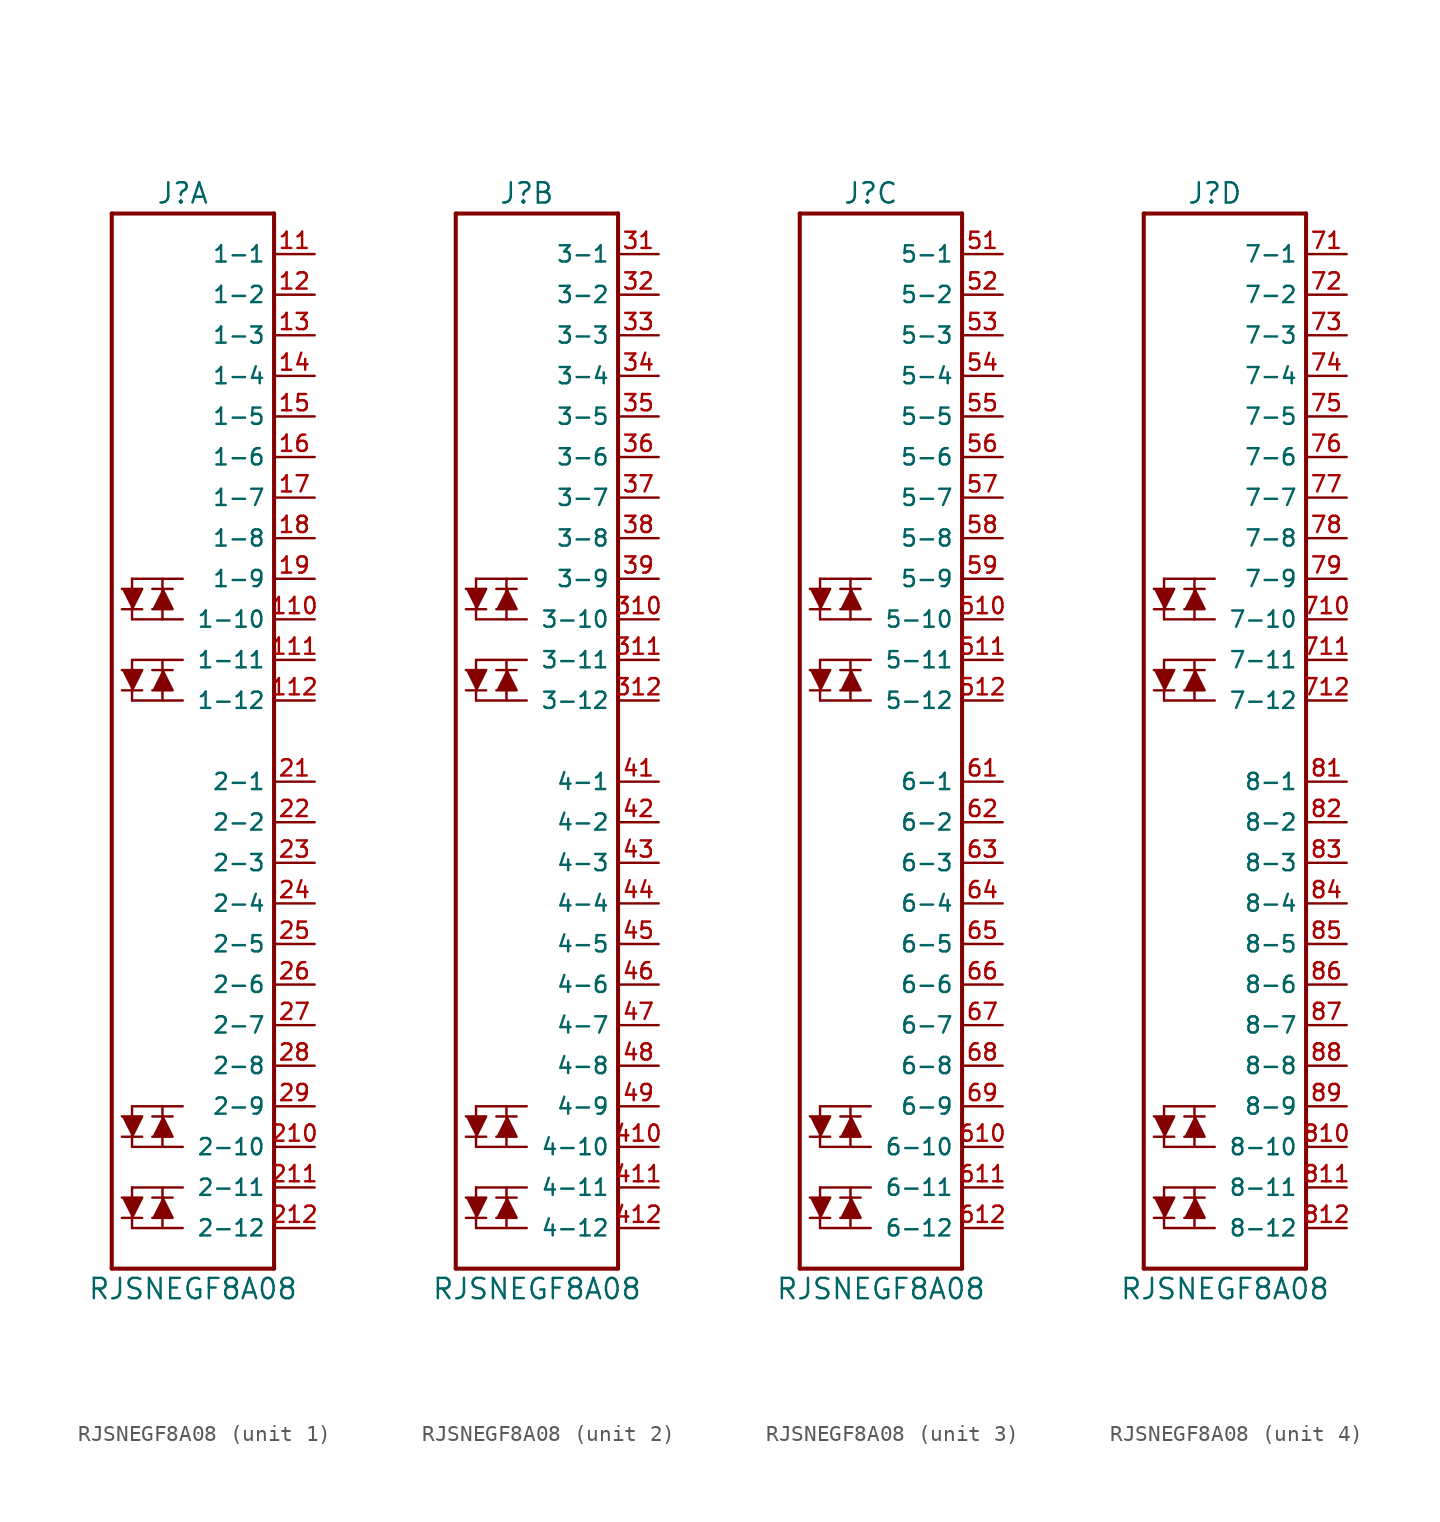
<source format=kicad_sym>
(kicad_symbol_lib
  (version 20200126)
  (host kicad_symbol_editor "5.99.0-unknown-1973153~101~ubuntu20.04.1")
  (symbol "L1Switch:RJSNEGF8A08"
    (property "Reference" "J"
      (at 0.635 68.58 0)
      (effects (font (size 1.27 1.27))))
    (property "Value" "RJSNEGF8A08"
      (at 1.27 0 0)
      (effects (font (size 1.27 1.27))))
    (property "ki_locked" ""
      (at 0 0 0)
      (effects (font (size 1.27 1.27))))
    (symbol "RJSNEGF8A08_0_0"
      (polyline (pts (xy -3.81 1.27) (xy -3.81 67.31)) (stroke (width 0.254)) (fill (type none)))
      (polyline (pts (xy -3.81 67.31) (xy 6.35 67.31)) (stroke (width 0.254)) (fill (type none)))
      (polyline (pts (xy -3.175 4.445) (xy -1.905 4.445)) (stroke (width 0.152)) (fill (type none)))
      (polyline (pts (xy -3.175 9.525) (xy -1.905 9.525)) (stroke (width 0.152)) (fill (type none)))
      (polyline (pts (xy -3.175 37.465) (xy -1.905 37.465)) (stroke (width 0.152)) (fill (type none)))
      (polyline (pts (xy -3.175 42.545) (xy -1.905 42.545)) (stroke (width 0.152)) (fill (type none)))
      (polyline (pts (xy -2.54 3.81) (xy 0.635 3.81)) (stroke (width 0.152)) (fill (type none)))
      (polyline (pts (xy -2.54 6.35) (xy -2.54 3.81)) (stroke (width 0.152)) (fill (type none)))
      (polyline (pts (xy -2.54 8.89) (xy 0.635 8.89)) (stroke (width 0.152)) (fill (type none)))
      (polyline (pts (xy -2.54 11.43) (xy -2.54 8.89)) (stroke (width 0.152)) (fill (type none)))
      (polyline (pts (xy -2.54 36.83) (xy 0.635 36.83)) (stroke (width 0.152)) (fill (type none)))
      (polyline (pts (xy -2.54 39.37) (xy -2.54 36.83)) (stroke (width 0.152)) (fill (type none)))
      (polyline (pts (xy -2.54 41.91) (xy 0.635 41.91)) (stroke (width 0.152)) (fill (type none)))
      (polyline (pts (xy -2.54 44.45) (xy -2.54 41.91)) (stroke (width 0.152)) (fill (type none)))
      (polyline (pts (xy -1.27 5.715) (xy 0 5.715)) (stroke (width 0.152)) (fill (type none)))
      (polyline (pts (xy -1.27 10.795) (xy 0 10.795)) (stroke (width 0.152)) (fill (type none)))
      (polyline (pts (xy -1.27 38.735) (xy 0 38.735)) (stroke (width 0.152)) (fill (type none)))
      (polyline (pts (xy -1.27 43.815) (xy 0 43.815)) (stroke (width 0.152)) (fill (type none)))
      (polyline (pts (xy -0.635 6.35) (xy -0.635 3.81)) (stroke (width 0.152)) (fill (type none)))
      (polyline (pts (xy -0.635 11.43) (xy -0.635 8.89)) (stroke (width 0.152)) (fill (type none)))
      (polyline (pts (xy -0.635 39.37) (xy -0.635 36.83)) (stroke (width 0.152)) (fill (type none)))
      (polyline (pts (xy -0.635 44.45) (xy -0.635 41.91)) (stroke (width 0.152)) (fill (type none)))
      (polyline (pts (xy 0.635 6.35) (xy -2.54 6.35)) (stroke (width 0.152)) (fill (type none)))
      (polyline (pts (xy 0.635 11.43) (xy -2.54 11.43)) (stroke (width 0.152)) (fill (type none)))
      (polyline (pts (xy 0.635 39.37) (xy -2.54 39.37)) (stroke (width 0.152)) (fill (type none)))
      (polyline (pts (xy 0.635 44.45) (xy -2.54 44.45)) (stroke (width 0.152)) (fill (type none)))
      (polyline (pts (xy 6.35 1.27) (xy -3.81 1.27)) (stroke (width 0.254)) (fill (type none)))
      (polyline (pts (xy 6.35 67.31) (xy 6.35 1.27)) (stroke (width 0.254)) (fill (type none)))
      (polyline (pts (xy -3.175 5.715) (xy -1.905 5.715) (xy -2.54 4.445)) (stroke (width 0.152)) (fill (type outline)))
      (polyline (pts (xy -3.175 10.795) (xy -1.905 10.795) (xy -2.54 9.525)) (stroke (width 0.152)) (fill (type outline)))
      (polyline (pts (xy -3.175 38.735) (xy -1.905 38.735) (xy -2.54 37.465)) (stroke (width 0.152)) (fill (type outline)))
      (polyline (pts (xy -3.175 43.815) (xy -1.905 43.815) (xy -2.54 42.545)) (stroke (width 0.152)) (fill (type outline)))
      (polyline (pts (xy -1.27 4.445) (xy 0 4.445) (xy -0.635 5.715)) (stroke (width 0.152)) (fill (type outline)))
      (polyline (pts (xy -1.27 9.525) (xy 0 9.525) (xy -0.635 10.795)) (stroke (width 0.152)) (fill (type outline)))
      (polyline (pts (xy -1.27 37.465) (xy 0 37.465) (xy -0.635 38.735)) (stroke (width 0.152)) (fill (type outline)))
      (polyline (pts (xy -1.27 42.545) (xy 0 42.545) (xy -0.635 43.815)) (stroke (width 0.152)) (fill (type outline))))
    (symbol "RJSNEGF8A08_1_0"
      (pin passive line (at 8.89 64.77 180) (length 2.54) (name "1-1" (effects (font (size 1.016 1.016)))) (number "11" (effects (font (size 1.016 1.016)))))
      (pin passive line (at 8.89 41.91 180) (length 2.54) (name "1-10" (effects (font (size 1.016 1.016)))) (number "110" (effects (font (size 1.016 1.016)))))
      (pin passive line (at 8.89 39.37 180) (length 2.54) (name "1-11" (effects (font (size 1.016 1.016)))) (number "111" (effects (font (size 1.016 1.016)))))
      (pin passive line (at 8.89 36.83 180) (length 2.54) (name "1-12" (effects (font (size 1.016 1.016)))) (number "112" (effects (font (size 1.016 1.016)))))
      (pin passive line (at 8.89 62.23 180) (length 2.54) (name "1-2" (effects (font (size 1.016 1.016)))) (number "12" (effects (font (size 1.016 1.016)))))
      (pin passive line (at 8.89 59.69 180) (length 2.54) (name "1-3" (effects (font (size 1.016 1.016)))) (number "13" (effects (font (size 1.016 1.016)))))
      (pin passive line (at 8.89 57.15 180) (length 2.54) (name "1-4" (effects (font (size 1.016 1.016)))) (number "14" (effects (font (size 1.016 1.016)))))
      (pin passive line (at 8.89 54.61 180) (length 2.54) (name "1-5" (effects (font (size 1.016 1.016)))) (number "15" (effects (font (size 1.016 1.016)))))
      (pin passive line (at 8.89 52.07 180) (length 2.54) (name "1-6" (effects (font (size 1.016 1.016)))) (number "16" (effects (font (size 1.016 1.016)))))
      (pin passive line (at 8.89 49.53 180) (length 2.54) (name "1-7" (effects (font (size 1.016 1.016)))) (number "17" (effects (font (size 1.016 1.016)))))
      (pin passive line (at 8.89 46.99 180) (length 2.54) (name "1-8" (effects (font (size 1.016 1.016)))) (number "18" (effects (font (size 1.016 1.016)))))
      (pin passive line (at 8.89 44.45 180) (length 2.54) (name "1-9" (effects (font (size 1.016 1.016)))) (number "19" (effects (font (size 1.016 1.016)))))
      (pin passive line (at 8.89 31.75 180) (length 2.54) (name "2-1" (effects (font (size 1.016 1.016)))) (number "21" (effects (font (size 1.016 1.016)))))
      (pin passive line (at 8.89 8.89 180) (length 2.54) (name "2-10" (effects (font (size 1.016 1.016)))) (number "210" (effects (font (size 1.016 1.016)))))
      (pin passive line (at 8.89 6.35 180) (length 2.54) (name "2-11" (effects (font (size 1.016 1.016)))) (number "211" (effects (font (size 1.016 1.016)))))
      (pin passive line (at 8.89 3.81 180) (length 2.54) (name "2-12" (effects (font (size 1.016 1.016)))) (number "212" (effects (font (size 1.016 1.016)))))
      (pin passive line (at 8.89 29.21 180) (length 2.54) (name "2-2" (effects (font (size 1.016 1.016)))) (number "22" (effects (font (size 1.016 1.016)))))
      (pin passive line (at 8.89 26.67 180) (length 2.54) (name "2-3" (effects (font (size 1.016 1.016)))) (number "23" (effects (font (size 1.016 1.016)))))
      (pin passive line (at 8.89 24.13 180) (length 2.54) (name "2-4" (effects (font (size 1.016 1.016)))) (number "24" (effects (font (size 1.016 1.016)))))
      (pin passive line (at 8.89 21.59 180) (length 2.54) (name "2-5" (effects (font (size 1.016 1.016)))) (number "25" (effects (font (size 1.016 1.016)))))
      (pin passive line (at 8.89 19.05 180) (length 2.54) (name "2-6" (effects (font (size 1.016 1.016)))) (number "26" (effects (font (size 1.016 1.016)))))
      (pin passive line (at 8.89 16.51 180) (length 2.54) (name "2-7" (effects (font (size 1.016 1.016)))) (number "27" (effects (font (size 1.016 1.016)))))
      (pin passive line (at 8.89 13.97 180) (length 2.54) (name "2-8" (effects (font (size 1.016 1.016)))) (number "28" (effects (font (size 1.016 1.016)))))
      (pin passive line (at 8.89 11.43 180) (length 2.54) (name "2-9" (effects (font (size 1.016 1.016)))) (number "29" (effects (font (size 1.016 1.016))))))
    (symbol "RJSNEGF8A08_2_0"
      (pin passive line (at 8.89 64.77 180) (length 2.54) (name "3-1" (effects (font (size 1.016 1.016)))) (number "31" (effects (font (size 1.016 1.016)))))
      (pin passive line (at 8.89 41.91 180) (length 2.54) (name "3-10" (effects (font (size 1.016 1.016)))) (number "310" (effects (font (size 1.016 1.016)))))
      (pin passive line (at 8.89 39.37 180) (length 2.54) (name "3-11" (effects (font (size 1.016 1.016)))) (number "311" (effects (font (size 1.016 1.016)))))
      (pin passive line (at 8.89 36.83 180) (length 2.54) (name "3-12" (effects (font (size 1.016 1.016)))) (number "312" (effects (font (size 1.016 1.016)))))
      (pin passive line (at 8.89 62.23 180) (length 2.54) (name "3-2" (effects (font (size 1.016 1.016)))) (number "32" (effects (font (size 1.016 1.016)))))
      (pin passive line (at 8.89 59.69 180) (length 2.54) (name "3-3" (effects (font (size 1.016 1.016)))) (number "33" (effects (font (size 1.016 1.016)))))
      (pin passive line (at 8.89 57.15 180) (length 2.54) (name "3-4" (effects (font (size 1.016 1.016)))) (number "34" (effects (font (size 1.016 1.016)))))
      (pin passive line (at 8.89 54.61 180) (length 2.54) (name "3-5" (effects (font (size 1.016 1.016)))) (number "35" (effects (font (size 1.016 1.016)))))
      (pin passive line (at 8.89 52.07 180) (length 2.54) (name "3-6" (effects (font (size 1.016 1.016)))) (number "36" (effects (font (size 1.016 1.016)))))
      (pin passive line (at 8.89 49.53 180) (length 2.54) (name "3-7" (effects (font (size 1.016 1.016)))) (number "37" (effects (font (size 1.016 1.016)))))
      (pin passive line (at 8.89 46.99 180) (length 2.54) (name "3-8" (effects (font (size 1.016 1.016)))) (number "38" (effects (font (size 1.016 1.016)))))
      (pin passive line (at 8.89 44.45 180) (length 2.54) (name "3-9" (effects (font (size 1.016 1.016)))) (number "39" (effects (font (size 1.016 1.016)))))
      (pin passive line (at 8.89 31.75 180) (length 2.54) (name "4-1" (effects (font (size 1.016 1.016)))) (number "41" (effects (font (size 1.016 1.016)))))
      (pin passive line (at 8.89 8.89 180) (length 2.54) (name "4-10" (effects (font (size 1.016 1.016)))) (number "410" (effects (font (size 1.016 1.016)))))
      (pin passive line (at 8.89 6.35 180) (length 2.54) (name "4-11" (effects (font (size 1.016 1.016)))) (number "411" (effects (font (size 1.016 1.016)))))
      (pin passive line (at 8.89 3.81 180) (length 2.54) (name "4-12" (effects (font (size 1.016 1.016)))) (number "412" (effects (font (size 1.016 1.016)))))
      (pin passive line (at 8.89 29.21 180) (length 2.54) (name "4-2" (effects (font (size 1.016 1.016)))) (number "42" (effects (font (size 1.016 1.016)))))
      (pin passive line (at 8.89 26.67 180) (length 2.54) (name "4-3" (effects (font (size 1.016 1.016)))) (number "43" (effects (font (size 1.016 1.016)))))
      (pin passive line (at 8.89 24.13 180) (length 2.54) (name "4-4" (effects (font (size 1.016 1.016)))) (number "44" (effects (font (size 1.016 1.016)))))
      (pin passive line (at 8.89 21.59 180) (length 2.54) (name "4-5" (effects (font (size 1.016 1.016)))) (number "45" (effects (font (size 1.016 1.016)))))
      (pin passive line (at 8.89 19.05 180) (length 2.54) (name "4-6" (effects (font (size 1.016 1.016)))) (number "46" (effects (font (size 1.016 1.016)))))
      (pin passive line (at 8.89 16.51 180) (length 2.54) (name "4-7" (effects (font (size 1.016 1.016)))) (number "47" (effects (font (size 1.016 1.016)))))
      (pin passive line (at 8.89 13.97 180) (length 2.54) (name "4-8" (effects (font (size 1.016 1.016)))) (number "48" (effects (font (size 1.016 1.016)))))
      (pin passive line (at 8.89 11.43 180) (length 2.54) (name "4-9" (effects (font (size 1.016 1.016)))) (number "49" (effects (font (size 1.016 1.016))))))
    (symbol "RJSNEGF8A08_3_0"
      (pin passive line (at 8.89 64.77 180) (length 2.54) (name "5-1" (effects (font (size 1.016 1.016)))) (number "51" (effects (font (size 1.016 1.016)))))
      (pin passive line (at 8.89 41.91 180) (length 2.54) (name "5-10" (effects (font (size 1.016 1.016)))) (number "510" (effects (font (size 1.016 1.016)))))
      (pin passive line (at 8.89 39.37 180) (length 2.54) (name "5-11" (effects (font (size 1.016 1.016)))) (number "511" (effects (font (size 1.016 1.016)))))
      (pin passive line (at 8.89 36.83 180) (length 2.54) (name "5-12" (effects (font (size 1.016 1.016)))) (number "512" (effects (font (size 1.016 1.016)))))
      (pin passive line (at 8.89 62.23 180) (length 2.54) (name "5-2" (effects (font (size 1.016 1.016)))) (number "52" (effects (font (size 1.016 1.016)))))
      (pin passive line (at 8.89 59.69 180) (length 2.54) (name "5-3" (effects (font (size 1.016 1.016)))) (number "53" (effects (font (size 1.016 1.016)))))
      (pin passive line (at 8.89 57.15 180) (length 2.54) (name "5-4" (effects (font (size 1.016 1.016)))) (number "54" (effects (font (size 1.016 1.016)))))
      (pin passive line (at 8.89 54.61 180) (length 2.54) (name "5-5" (effects (font (size 1.016 1.016)))) (number "55" (effects (font (size 1.016 1.016)))))
      (pin passive line (at 8.89 52.07 180) (length 2.54) (name "5-6" (effects (font (size 1.016 1.016)))) (number "56" (effects (font (size 1.016 1.016)))))
      (pin passive line (at 8.89 49.53 180) (length 2.54) (name "5-7" (effects (font (size 1.016 1.016)))) (number "57" (effects (font (size 1.016 1.016)))))
      (pin passive line (at 8.89 46.99 180) (length 2.54) (name "5-8" (effects (font (size 1.016 1.016)))) (number "58" (effects (font (size 1.016 1.016)))))
      (pin passive line (at 8.89 44.45 180) (length 2.54) (name "5-9" (effects (font (size 1.016 1.016)))) (number "59" (effects (font (size 1.016 1.016)))))
      (pin passive line (at 8.89 31.75 180) (length 2.54) (name "6-1" (effects (font (size 1.016 1.016)))) (number "61" (effects (font (size 1.016 1.016)))))
      (pin passive line (at 8.89 8.89 180) (length 2.54) (name "6-10" (effects (font (size 1.016 1.016)))) (number "610" (effects (font (size 1.016 1.016)))))
      (pin passive line (at 8.89 6.35 180) (length 2.54) (name "6-11" (effects (font (size 1.016 1.016)))) (number "611" (effects (font (size 1.016 1.016)))))
      (pin passive line (at 8.89 3.81 180) (length 2.54) (name "6-12" (effects (font (size 1.016 1.016)))) (number "612" (effects (font (size 1.016 1.016)))))
      (pin passive line (at 8.89 29.21 180) (length 2.54) (name "6-2" (effects (font (size 1.016 1.016)))) (number "62" (effects (font (size 1.016 1.016)))))
      (pin passive line (at 8.89 26.67 180) (length 2.54) (name "6-3" (effects (font (size 1.016 1.016)))) (number "63" (effects (font (size 1.016 1.016)))))
      (pin passive line (at 8.89 24.13 180) (length 2.54) (name "6-4" (effects (font (size 1.016 1.016)))) (number "64" (effects (font (size 1.016 1.016)))))
      (pin passive line (at 8.89 21.59 180) (length 2.54) (name "6-5" (effects (font (size 1.016 1.016)))) (number "65" (effects (font (size 1.016 1.016)))))
      (pin passive line (at 8.89 19.05 180) (length 2.54) (name "6-6" (effects (font (size 1.016 1.016)))) (number "66" (effects (font (size 1.016 1.016)))))
      (pin passive line (at 8.89 16.51 180) (length 2.54) (name "6-7" (effects (font (size 1.016 1.016)))) (number "67" (effects (font (size 1.016 1.016)))))
      (pin passive line (at 8.89 13.97 180) (length 2.54) (name "6-8" (effects (font (size 1.016 1.016)))) (number "68" (effects (font (size 1.016 1.016)))))
      (pin passive line (at 8.89 11.43 180) (length 2.54) (name "6-9" (effects (font (size 1.016 1.016)))) (number "69" (effects (font (size 1.016 1.016))))))
    (symbol "RJSNEGF8A08_4_0"
      (pin passive line (at 8.89 64.77 180) (length 2.54) (name "7-1" (effects (font (size 1.016 1.016)))) (number "71" (effects (font (size 1.016 1.016)))))
      (pin passive line (at 8.89 41.91 180) (length 2.54) (name "7-10" (effects (font (size 1.016 1.016)))) (number "710" (effects (font (size 1.016 1.016)))))
      (pin passive line (at 8.89 39.37 180) (length 2.54) (name "7-11" (effects (font (size 1.016 1.016)))) (number "711" (effects (font (size 1.016 1.016)))))
      (pin passive line (at 8.89 36.83 180) (length 2.54) (name "7-12" (effects (font (size 1.016 1.016)))) (number "712" (effects (font (size 1.016 1.016)))))
      (pin passive line (at 8.89 62.23 180) (length 2.54) (name "7-2" (effects (font (size 1.016 1.016)))) (number "72" (effects (font (size 1.016 1.016)))))
      (pin passive line (at 8.89 59.69 180) (length 2.54) (name "7-3" (effects (font (size 1.016 1.016)))) (number "73" (effects (font (size 1.016 1.016)))))
      (pin passive line (at 8.89 57.15 180) (length 2.54) (name "7-4" (effects (font (size 1.016 1.016)))) (number "74" (effects (font (size 1.016 1.016)))))
      (pin passive line (at 8.89 54.61 180) (length 2.54) (name "7-5" (effects (font (size 1.016 1.016)))) (number "75" (effects (font (size 1.016 1.016)))))
      (pin passive line (at 8.89 52.07 180) (length 2.54) (name "7-6" (effects (font (size 1.016 1.016)))) (number "76" (effects (font (size 1.016 1.016)))))
      (pin passive line (at 8.89 49.53 180) (length 2.54) (name "7-7" (effects (font (size 1.016 1.016)))) (number "77" (effects (font (size 1.016 1.016)))))
      (pin passive line (at 8.89 46.99 180) (length 2.54) (name "7-8" (effects (font (size 1.016 1.016)))) (number "78" (effects (font (size 1.016 1.016)))))
      (pin passive line (at 8.89 44.45 180) (length 2.54) (name "7-9" (effects (font (size 1.016 1.016)))) (number "79" (effects (font (size 1.016 1.016)))))
      (pin passive line (at 8.89 31.75 180) (length 2.54) (name "8-1" (effects (font (size 1.016 1.016)))) (number "81" (effects (font (size 1.016 1.016)))))
      (pin passive line (at 8.89 8.89 180) (length 2.54) (name "8-10" (effects (font (size 1.016 1.016)))) (number "810" (effects (font (size 1.016 1.016)))))
      (pin passive line (at 8.89 6.35 180) (length 2.54) (name "8-11" (effects (font (size 1.016 1.016)))) (number "811" (effects (font (size 1.016 1.016)))))
      (pin passive line (at 8.89 3.81 180) (length 2.54) (name "8-12" (effects (font (size 1.016 1.016)))) (number "812" (effects (font (size 1.016 1.016)))))
      (pin passive line (at 8.89 29.21 180) (length 2.54) (name "8-2" (effects (font (size 1.016 1.016)))) (number "82" (effects (font (size 1.016 1.016)))))
      (pin passive line (at 8.89 26.67 180) (length 2.54) (name "8-3" (effects (font (size 1.016 1.016)))) (number "83" (effects (font (size 1.016 1.016)))))
      (pin passive line (at 8.89 24.13 180) (length 2.54) (name "8-4" (effects (font (size 1.016 1.016)))) (number "84" (effects (font (size 1.016 1.016)))))
      (pin passive line (at 8.89 21.59 180) (length 2.54) (name "8-5" (effects (font (size 1.016 1.016)))) (number "85" (effects (font (size 1.016 1.016)))))
      (pin passive line (at 8.89 19.05 180) (length 2.54) (name "8-6" (effects (font (size 1.016 1.016)))) (number "86" (effects (font (size 1.016 1.016)))))
      (pin passive line (at 8.89 16.51 180) (length 2.54) (name "8-7" (effects (font (size 1.016 1.016)))) (number "87" (effects (font (size 1.016 1.016)))))
      (pin passive line (at 8.89 13.97 180) (length 2.54) (name "8-8" (effects (font (size 1.016 1.016)))) (number "88" (effects (font (size 1.016 1.016)))))
      (pin passive line (at 8.89 11.43 180) (length 2.54) (name "8-9" (effects (font (size 1.016 1.016)))) (number "89" (effects (font (size 1.016 1.016))))))))
</source>
